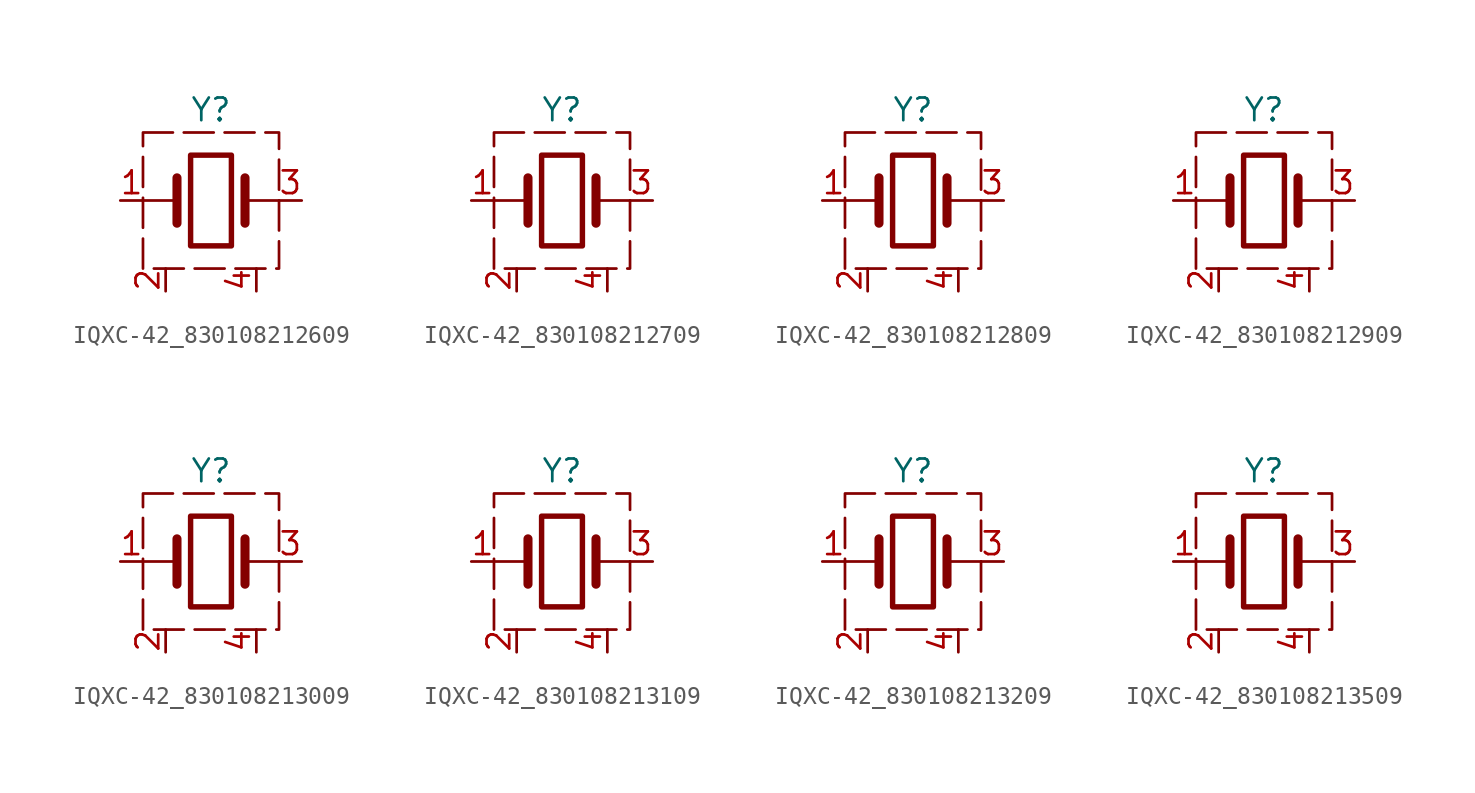
<source format=kicad_sym>
(kicad_symbol_lib
  (version 20220914)
  (generator kicad_symbol_editor)
  (symbol "IQXC-42_830108212609"
    (pin_names hide)
    (property "Reference" "Y"
      (at 0 5.08 0)
      (effects (font (size 1.27 1.27))))
    (property "Critical Parameter" ""
      (at 0 -5.08 0)
      (effects (font (size 1.27 1.27)) (justify left)))
    (symbol "IQXC-42_830108212609_0_1"
      (rectangle (start -1.143 2.54) (end 1.143 -2.54) (stroke (width 0.305) (type default)) (fill (type none)))
      (polyline (pts (xy -3.81 0) (xy -1.905 0)) (stroke (width 0) (type default)) (fill (type none)))
      (polyline (pts (xy -1.905 -1.27) (xy -1.905 1.27)) (stroke (width 0.508) (type default)) (fill (type none)))
      (polyline (pts (xy 1.905 -1.27) (xy 1.905 1.27)) (stroke (width 0.508) (type default)) (fill (type none)))
      (polyline (pts (xy 3.81 0) (xy 1.905 0)) (stroke (width 0) (type default)) (fill (type none))))
    (symbol "IQXC-42_830108212609_1_1"
      (rectangle (start -3.81 3.81) (end 3.81 -3.81) (stroke (width 0) (type dash)) (fill (type none)))
      (pin passive line (at -5.08 0 0) (length 1.27) (name "1" (effects (font (size 1.27 1.27)))) (number "1" (effects (font (size 1.27 1.27)))))
      (pin passive line (at -2.54 -5.08 90) (length 1.27) (name "GND" (effects (font (size 1.27 1.27)))) (number "2" (effects (font (size 1.27 1.27)))))
      (pin passive line (at 5.08 0 180) (length 1.27) (name "3" (effects (font (size 1.27 1.27)))) (number "3" (effects (font (size 1.27 1.27)))))
      (pin passive line (at 2.54 -5.08 90) (length 1.27) (name "GND1" (effects (font (size 1.27 1.27)))) (number "4" (effects (font (size 1.27 1.27)))))))
  (symbol "IQXC-42_830108212709"
    (pin_names hide)
    (property "Reference" "Y"
      (at 0 5.08 0)
      (effects (font (size 1.27 1.27))))
    (property "Critical Parameter" ""
      (at 0 -5.08 0)
      (effects (font (size 1.27 1.27)) (justify left)))
    (symbol "IQXC-42_830108212709_0_1"
      (rectangle (start -1.143 2.54) (end 1.143 -2.54) (stroke (width 0.305) (type default)) (fill (type none)))
      (polyline (pts (xy -3.81 0) (xy -1.905 0)) (stroke (width 0) (type default)) (fill (type none)))
      (polyline (pts (xy -1.905 -1.27) (xy -1.905 1.27)) (stroke (width 0.508) (type default)) (fill (type none)))
      (polyline (pts (xy 1.905 -1.27) (xy 1.905 1.27)) (stroke (width 0.508) (type default)) (fill (type none)))
      (polyline (pts (xy 3.81 0) (xy 1.905 0)) (stroke (width 0) (type default)) (fill (type none))))
    (symbol "IQXC-42_830108212709_1_1"
      (rectangle (start -3.81 3.81) (end 3.81 -3.81) (stroke (width 0) (type dash)) (fill (type none)))
      (pin passive line (at -5.08 0 0) (length 1.27) (name "1" (effects (font (size 1.27 1.27)))) (number "1" (effects (font (size 1.27 1.27)))))
      (pin passive line (at -2.54 -5.08 90) (length 1.27) (name "GND" (effects (font (size 1.27 1.27)))) (number "2" (effects (font (size 1.27 1.27)))))
      (pin passive line (at 5.08 0 180) (length 1.27) (name "3" (effects (font (size 1.27 1.27)))) (number "3" (effects (font (size 1.27 1.27)))))
      (pin passive line (at 2.54 -5.08 90) (length 1.27) (name "GND1" (effects (font (size 1.27 1.27)))) (number "4" (effects (font (size 1.27 1.27)))))))
  (symbol "IQXC-42_830108212809"
    (pin_names hide)
    (property "Reference" "Y"
      (at 0 5.08 0)
      (effects (font (size 1.27 1.27))))
    (property "Critical Parameter" ""
      (at 0 -5.08 0)
      (effects (font (size 1.27 1.27)) (justify left)))
    (symbol "IQXC-42_830108212809_0_1"
      (rectangle (start -1.143 2.54) (end 1.143 -2.54) (stroke (width 0.305) (type default)) (fill (type none)))
      (polyline (pts (xy -3.81 0) (xy -1.905 0)) (stroke (width 0) (type default)) (fill (type none)))
      (polyline (pts (xy -1.905 -1.27) (xy -1.905 1.27)) (stroke (width 0.508) (type default)) (fill (type none)))
      (polyline (pts (xy 1.905 -1.27) (xy 1.905 1.27)) (stroke (width 0.508) (type default)) (fill (type none)))
      (polyline (pts (xy 3.81 0) (xy 1.905 0)) (stroke (width 0) (type default)) (fill (type none))))
    (symbol "IQXC-42_830108212809_1_1"
      (rectangle (start -3.81 3.81) (end 3.81 -3.81) (stroke (width 0) (type dash)) (fill (type none)))
      (pin passive line (at -5.08 0 0) (length 1.27) (name "1" (effects (font (size 1.27 1.27)))) (number "1" (effects (font (size 1.27 1.27)))))
      (pin passive line (at -2.54 -5.08 90) (length 1.27) (name "GND" (effects (font (size 1.27 1.27)))) (number "2" (effects (font (size 1.27 1.27)))))
      (pin passive line (at 5.08 0 180) (length 1.27) (name "3" (effects (font (size 1.27 1.27)))) (number "3" (effects (font (size 1.27 1.27)))))
      (pin passive line (at 2.54 -5.08 90) (length 1.27) (name "GND1" (effects (font (size 1.27 1.27)))) (number "4" (effects (font (size 1.27 1.27)))))))
  (symbol "IQXC-42_830108212909"
    (pin_names hide)
    (property "Reference" "Y"
      (at 0 5.08 0)
      (effects (font (size 1.27 1.27))))
    (property "Critical Parameter" ""
      (at 0 -5.08 0)
      (effects (font (size 1.27 1.27)) (justify left)))
    (symbol "IQXC-42_830108212909_0_1"
      (rectangle (start -1.143 2.54) (end 1.143 -2.54) (stroke (width 0.305) (type default)) (fill (type none)))
      (polyline (pts (xy -3.81 0) (xy -1.905 0)) (stroke (width 0) (type default)) (fill (type none)))
      (polyline (pts (xy -1.905 -1.27) (xy -1.905 1.27)) (stroke (width 0.508) (type default)) (fill (type none)))
      (polyline (pts (xy 1.905 -1.27) (xy 1.905 1.27)) (stroke (width 0.508) (type default)) (fill (type none)))
      (polyline (pts (xy 3.81 0) (xy 1.905 0)) (stroke (width 0) (type default)) (fill (type none))))
    (symbol "IQXC-42_830108212909_1_1"
      (rectangle (start -3.81 3.81) (end 3.81 -3.81) (stroke (width 0) (type dash)) (fill (type none)))
      (pin passive line (at -5.08 0 0) (length 1.27) (name "1" (effects (font (size 1.27 1.27)))) (number "1" (effects (font (size 1.27 1.27)))))
      (pin passive line (at -2.54 -5.08 90) (length 1.27) (name "GND" (effects (font (size 1.27 1.27)))) (number "2" (effects (font (size 1.27 1.27)))))
      (pin passive line (at 5.08 0 180) (length 1.27) (name "3" (effects (font (size 1.27 1.27)))) (number "3" (effects (font (size 1.27 1.27)))))
      (pin passive line (at 2.54 -5.08 90) (length 1.27) (name "GND1" (effects (font (size 1.27 1.27)))) (number "4" (effects (font (size 1.27 1.27)))))))
  (symbol "IQXC-42_830108213009"
    (pin_names hide)
    (property "Reference" "Y"
      (at 0 5.08 0)
      (effects (font (size 1.27 1.27))))
    (property "Critical Parameter" ""
      (at 0 -5.08 0)
      (effects (font (size 1.27 1.27)) (justify left)))
    (symbol "IQXC-42_830108213009_0_1"
      (rectangle (start -1.143 2.54) (end 1.143 -2.54) (stroke (width 0.305) (type default)) (fill (type none)))
      (polyline (pts (xy -3.81 0) (xy -1.905 0)) (stroke (width 0) (type default)) (fill (type none)))
      (polyline (pts (xy -1.905 -1.27) (xy -1.905 1.27)) (stroke (width 0.508) (type default)) (fill (type none)))
      (polyline (pts (xy 1.905 -1.27) (xy 1.905 1.27)) (stroke (width 0.508) (type default)) (fill (type none)))
      (polyline (pts (xy 3.81 0) (xy 1.905 0)) (stroke (width 0) (type default)) (fill (type none))))
    (symbol "IQXC-42_830108213009_1_1"
      (rectangle (start -3.81 3.81) (end 3.81 -3.81) (stroke (width 0) (type dash)) (fill (type none)))
      (pin passive line (at -5.08 0 0) (length 1.27) (name "1" (effects (font (size 1.27 1.27)))) (number "1" (effects (font (size 1.27 1.27)))))
      (pin passive line (at -2.54 -5.08 90) (length 1.27) (name "GND" (effects (font (size 1.27 1.27)))) (number "2" (effects (font (size 1.27 1.27)))))
      (pin passive line (at 5.08 0 180) (length 1.27) (name "3" (effects (font (size 1.27 1.27)))) (number "3" (effects (font (size 1.27 1.27)))))
      (pin passive line (at 2.54 -5.08 90) (length 1.27) (name "GND1" (effects (font (size 1.27 1.27)))) (number "4" (effects (font (size 1.27 1.27)))))))
  (symbol "IQXC-42_830108213109"
    (pin_names hide)
    (property "Reference" "Y"
      (at 0 5.08 0)
      (effects (font (size 1.27 1.27))))
    (property "Critical Parameter" ""
      (at 0 -5.08 0)
      (effects (font (size 1.27 1.27)) (justify left)))
    (symbol "IQXC-42_830108213109_0_1"
      (rectangle (start -1.143 2.54) (end 1.143 -2.54) (stroke (width 0.305) (type default)) (fill (type none)))
      (polyline (pts (xy -3.81 0) (xy -1.905 0)) (stroke (width 0) (type default)) (fill (type none)))
      (polyline (pts (xy -1.905 -1.27) (xy -1.905 1.27)) (stroke (width 0.508) (type default)) (fill (type none)))
      (polyline (pts (xy 1.905 -1.27) (xy 1.905 1.27)) (stroke (width 0.508) (type default)) (fill (type none)))
      (polyline (pts (xy 3.81 0) (xy 1.905 0)) (stroke (width 0) (type default)) (fill (type none))))
    (symbol "IQXC-42_830108213109_1_1"
      (rectangle (start -3.81 3.81) (end 3.81 -3.81) (stroke (width 0) (type dash)) (fill (type none)))
      (pin passive line (at -5.08 0 0) (length 1.27) (name "1" (effects (font (size 1.27 1.27)))) (number "1" (effects (font (size 1.27 1.27)))))
      (pin passive line (at -2.54 -5.08 90) (length 1.27) (name "GND" (effects (font (size 1.27 1.27)))) (number "2" (effects (font (size 1.27 1.27)))))
      (pin passive line (at 5.08 0 180) (length 1.27) (name "3" (effects (font (size 1.27 1.27)))) (number "3" (effects (font (size 1.27 1.27)))))
      (pin passive line (at 2.54 -5.08 90) (length 1.27) (name "GND1" (effects (font (size 1.27 1.27)))) (number "4" (effects (font (size 1.27 1.27)))))))
  (symbol "IQXC-42_830108213209"
    (pin_names hide)
    (property "Reference" "Y"
      (at 0 5.08 0)
      (effects (font (size 1.27 1.27))))
    (property "Critical Parameter" ""
      (at 0 -5.08 0)
      (effects (font (size 1.27 1.27)) (justify left)))
    (symbol "IQXC-42_830108213209_0_1"
      (rectangle (start -1.143 2.54) (end 1.143 -2.54) (stroke (width 0.305) (type default)) (fill (type none)))
      (polyline (pts (xy -3.81 0) (xy -1.905 0)) (stroke (width 0) (type default)) (fill (type none)))
      (polyline (pts (xy -1.905 -1.27) (xy -1.905 1.27)) (stroke (width 0.508) (type default)) (fill (type none)))
      (polyline (pts (xy 1.905 -1.27) (xy 1.905 1.27)) (stroke (width 0.508) (type default)) (fill (type none)))
      (polyline (pts (xy 3.81 0) (xy 1.905 0)) (stroke (width 0) (type default)) (fill (type none))))
    (symbol "IQXC-42_830108213209_1_1"
      (rectangle (start -3.81 3.81) (end 3.81 -3.81) (stroke (width 0) (type dash)) (fill (type none)))
      (pin passive line (at -5.08 0 0) (length 1.27) (name "1" (effects (font (size 1.27 1.27)))) (number "1" (effects (font (size 1.27 1.27)))))
      (pin passive line (at -2.54 -5.08 90) (length 1.27) (name "GND" (effects (font (size 1.27 1.27)))) (number "2" (effects (font (size 1.27 1.27)))))
      (pin passive line (at 5.08 0 180) (length 1.27) (name "3" (effects (font (size 1.27 1.27)))) (number "3" (effects (font (size 1.27 1.27)))))
      (pin passive line (at 2.54 -5.08 90) (length 1.27) (name "GND1" (effects (font (size 1.27 1.27)))) (number "4" (effects (font (size 1.27 1.27)))))))
  (symbol "IQXC-42_830108213509"
    (pin_names hide)
    (property "Reference" "Y"
      (at 0 5.08 0)
      (effects (font (size 1.27 1.27))))
    (property "Critical Parameter" ""
      (at 0 -5.08 0)
      (effects (font (size 1.27 1.27)) (justify left)))
    (symbol "IQXC-42_830108213509_0_1"
      (rectangle (start -1.143 2.54) (end 1.143 -2.54) (stroke (width 0.305) (type default)) (fill (type none)))
      (polyline (pts (xy -3.81 0) (xy -1.905 0)) (stroke (width 0) (type default)) (fill (type none)))
      (polyline (pts (xy -1.905 -1.27) (xy -1.905 1.27)) (stroke (width 0.508) (type default)) (fill (type none)))
      (polyline (pts (xy 1.905 -1.27) (xy 1.905 1.27)) (stroke (width 0.508) (type default)) (fill (type none)))
      (polyline (pts (xy 3.81 0) (xy 1.905 0)) (stroke (width 0) (type default)) (fill (type none))))
    (symbol "IQXC-42_830108213509_1_1"
      (rectangle (start -3.81 3.81) (end 3.81 -3.81) (stroke (width 0) (type dash)) (fill (type none)))
      (pin passive line (at -5.08 0 0) (length 1.27) (name "1" (effects (font (size 1.27 1.27)))) (number "1" (effects (font (size 1.27 1.27)))))
      (pin passive line (at -2.54 -5.08 90) (length 1.27) (name "GND" (effects (font (size 1.27 1.27)))) (number "2" (effects (font (size 1.27 1.27)))))
      (pin passive line (at 5.08 0 180) (length 1.27) (name "3" (effects (font (size 1.27 1.27)))) (number "3" (effects (font (size 1.27 1.27)))))
      (pin passive line (at 2.54 -5.08 90) (length 1.27) (name "GND1" (effects (font (size 1.27 1.27)))) (number "4" (effects (font (size 1.27 1.27))))))))
</source>
